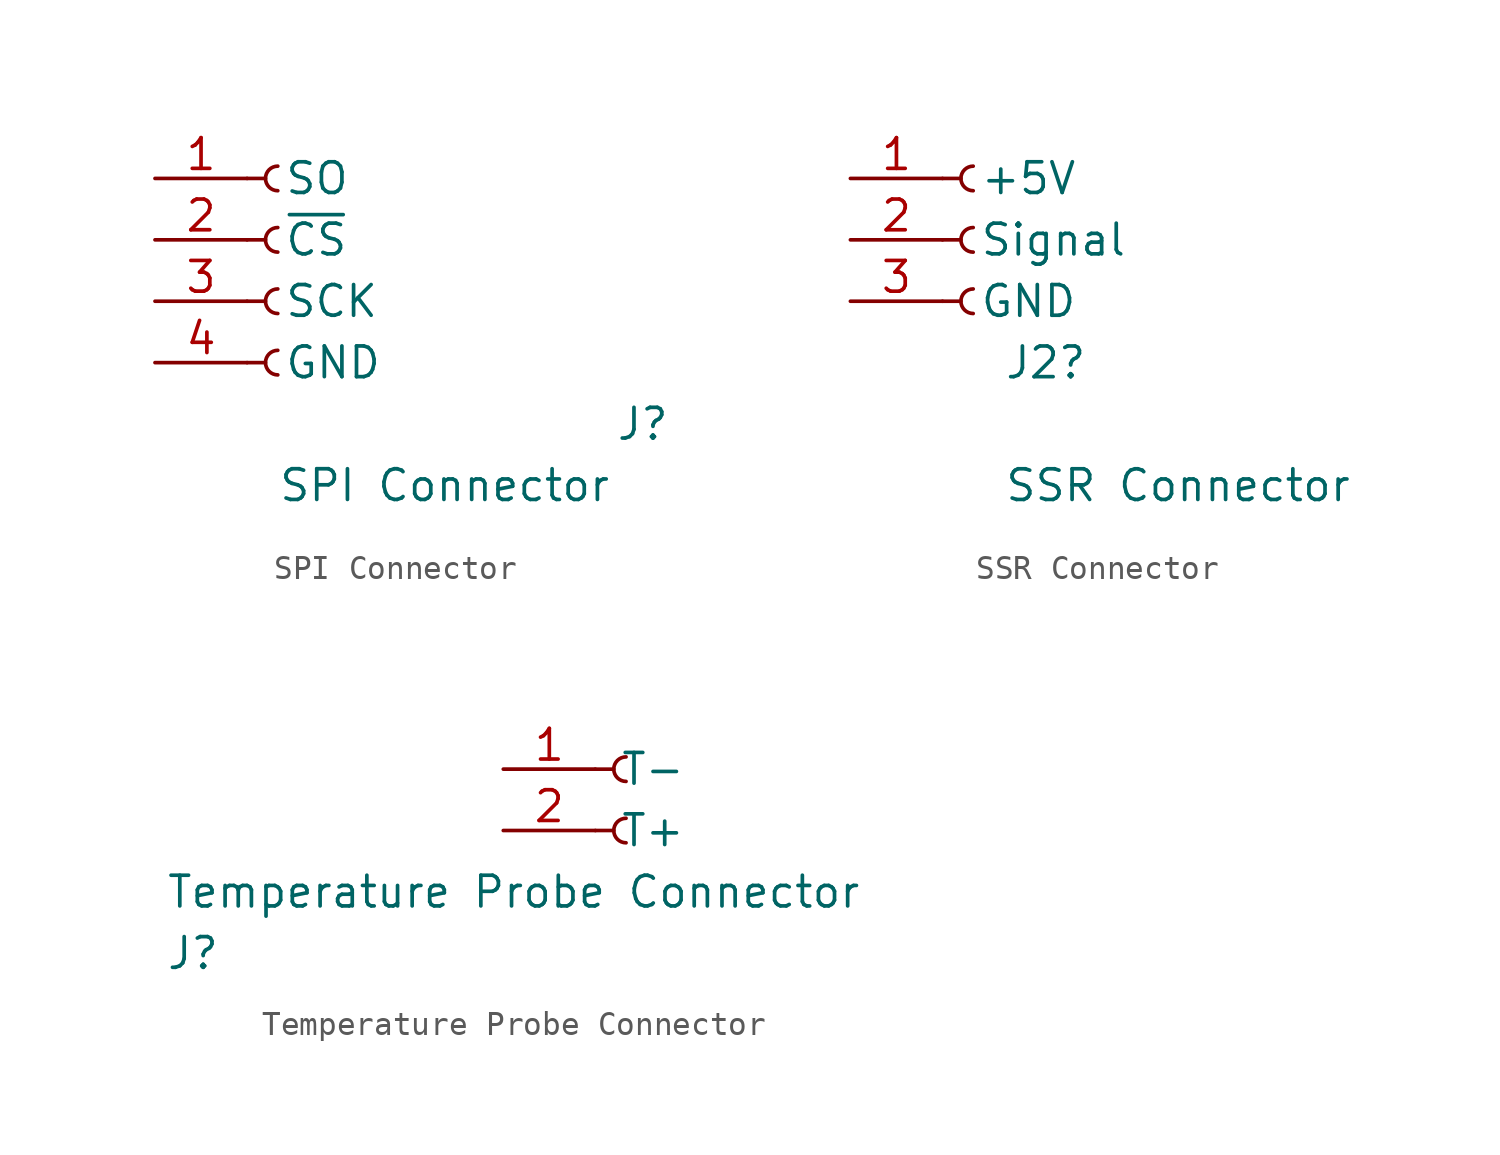
<source format=kicad_sym>
(kicad_symbol_lib
  (version 20241209)
  (generator "kicad_symbol_editor")
  (generator_version "9.0")
  (symbol "SPI Connector"
    (pin_names
      (offset 1.524))
    (property "Reference" "J"
      (at 13.97 -7.62 0)
      (effects (font (size 1.27 1.27)) (justify left)))
    (property "Value" "SPI Connector"
      (at 0 -10.16 0)
      (effects (font (size 1.27 1.27)) (justify left)))
    (symbol "SPI Connector_1_1"
      (polyline (pts (xy -1.27 2.54) (xy -0.508 2.54)) (stroke (width 0.152) (type default)) (fill (type none)))
      (polyline (pts (xy -1.27 0) (xy -0.508 0)) (stroke (width 0.152) (type default)) (fill (type none)))
      (polyline (pts (xy -1.27 -2.54) (xy -0.508 -2.54)) (stroke (width 0.152) (type default)) (fill (type none)))
      (polyline (pts (xy -1.27 -5.08) (xy -0.508 -5.08)) (stroke (width 0.152) (type default)) (fill (type none)))
      (arc (start 0 2.032) (mid -0.5058 2.54) (end 0 3.048) (stroke (width 0.1524) (type default)) (fill (type none)))
      (arc (start 0 -0.508) (mid -0.5058 0) (end 0 0.508) (stroke (width 0.1524) (type default)) (fill (type none)))
      (arc (start 0 -3.048) (mid -0.5058 -2.54) (end 0 -2.032) (stroke (width 0.1524) (type default)) (fill (type none)))
      (arc (start 0 -5.588) (mid -0.5058 -5.08) (end 0 -4.572) (stroke (width 0.1524) (type default)) (fill (type none)))
      (pin passive line (at -5.08 2.54 0) (length 3.81) (name "SO" (effects (font (size 1.27 1.27)))) (number "1" (effects (font (size 1.27 1.27)))))
      (pin passive line (at -5.08 0 0) (length 3.81) (name "~{CS}" (effects (font (size 1.27 1.27)))) (number "2" (effects (font (size 1.27 1.27)))))
      (pin passive line (at -5.08 -2.54 0) (length 3.81) (name "SCK" (effects (font (size 1.27 1.27)))) (number "3" (effects (font (size 1.27 1.27)))))
      (pin passive line (at -5.08 -5.08 0) (length 3.81) (name "GND" (effects (font (size 1.27 1.27)))) (number "4" (effects (font (size 1.27 1.27)))))))
  (symbol "SSR Connector"
    (pin_names
      (offset 1.524))
    (property "Reference" "J2"
      (at 1.27 -5.08 0)
      (effects (font (size 1.27 1.27)) (justify left)))
    (property "Value" "SSR Connector"
      (at 1.27 -10.16 0)
      (effects (font (size 1.27 1.27)) (justify left)))
    (symbol "SSR Connector_1_1"
      (polyline (pts (xy -1.27 2.54) (xy -0.508 2.54)) (stroke (width 0.152) (type default)) (fill (type none)))
      (polyline (pts (xy -1.27 0) (xy -0.508 0)) (stroke (width 0.152) (type default)) (fill (type none)))
      (polyline (pts (xy -1.27 -2.54) (xy -0.508 -2.54)) (stroke (width 0.152) (type default)) (fill (type none)))
      (arc (start 0 2.032) (mid -0.5058 2.54) (end 0 3.048) (stroke (width 0.1524) (type default)) (fill (type none)))
      (arc (start 0 -0.508) (mid -0.5058 0) (end 0 0.508) (stroke (width 0.1524) (type default)) (fill (type none)))
      (arc (start 0 -3.048) (mid -0.5058 -2.54) (end 0 -2.032) (stroke (width 0.1524) (type default)) (fill (type none)))
      (pin power_in line (at -5.08 2.54 0) (length 3.81) (name "+5V" (effects (font (size 1.27 1.27)))) (number "1" (effects (font (size 1.27 1.27)))))
      (pin output line (at -5.08 0 0) (length 3.81) (name "Signal" (effects (font (size 1.27 1.27)))) (number "2" (effects (font (size 1.27 1.27)))))
      (pin passive line (at -5.08 -2.54 0) (length 3.81) (name "GND" (effects (font (size 1.27 1.27)))) (number "3" (effects (font (size 1.27 1.27)))))))
  (symbol "Temperature Probe Connector"
    (pin_names
      (offset 1.016))
    (property "Reference" "J"
      (at -19.05 -7.62 0)
      (effects (font (size 1.27 1.27)) (justify left)))
    (property "Value" "Temperature Probe Connector"
      (at -19.05 -5.08 0)
      (effects (font (size 1.27 1.27)) (justify left)))
    (symbol "Temperature Probe Connector_1_1"
      (polyline (pts (xy -1.27 0) (xy -0.508 0)) (stroke (width 0.152) (type default)) (fill (type none)))
      (polyline (pts (xy -1.27 -2.54) (xy -0.508 -2.54)) (stroke (width 0.152) (type default)) (fill (type none)))
      (arc (start 0 -0.508) (mid -0.5058 0) (end 0 0.508) (stroke (width 0.1524) (type default)) (fill (type none)))
      (arc (start 0 -3.048) (mid -0.5058 -2.54) (end 0 -2.032) (stroke (width 0.1524) (type default)) (fill (type none)))
      (pin passive line (at -5.08 0 0) (length 3.81) (name "T-" (effects (font (size 1.27 1.27)))) (number "1" (effects (font (size 1.27 1.27)))))
      (pin passive line (at -5.08 -2.54 0) (length 3.81) (name "T+" (effects (font (size 1.27 1.27)))) (number "2" (effects (font (size 1.27 1.27))))))))
</source>
